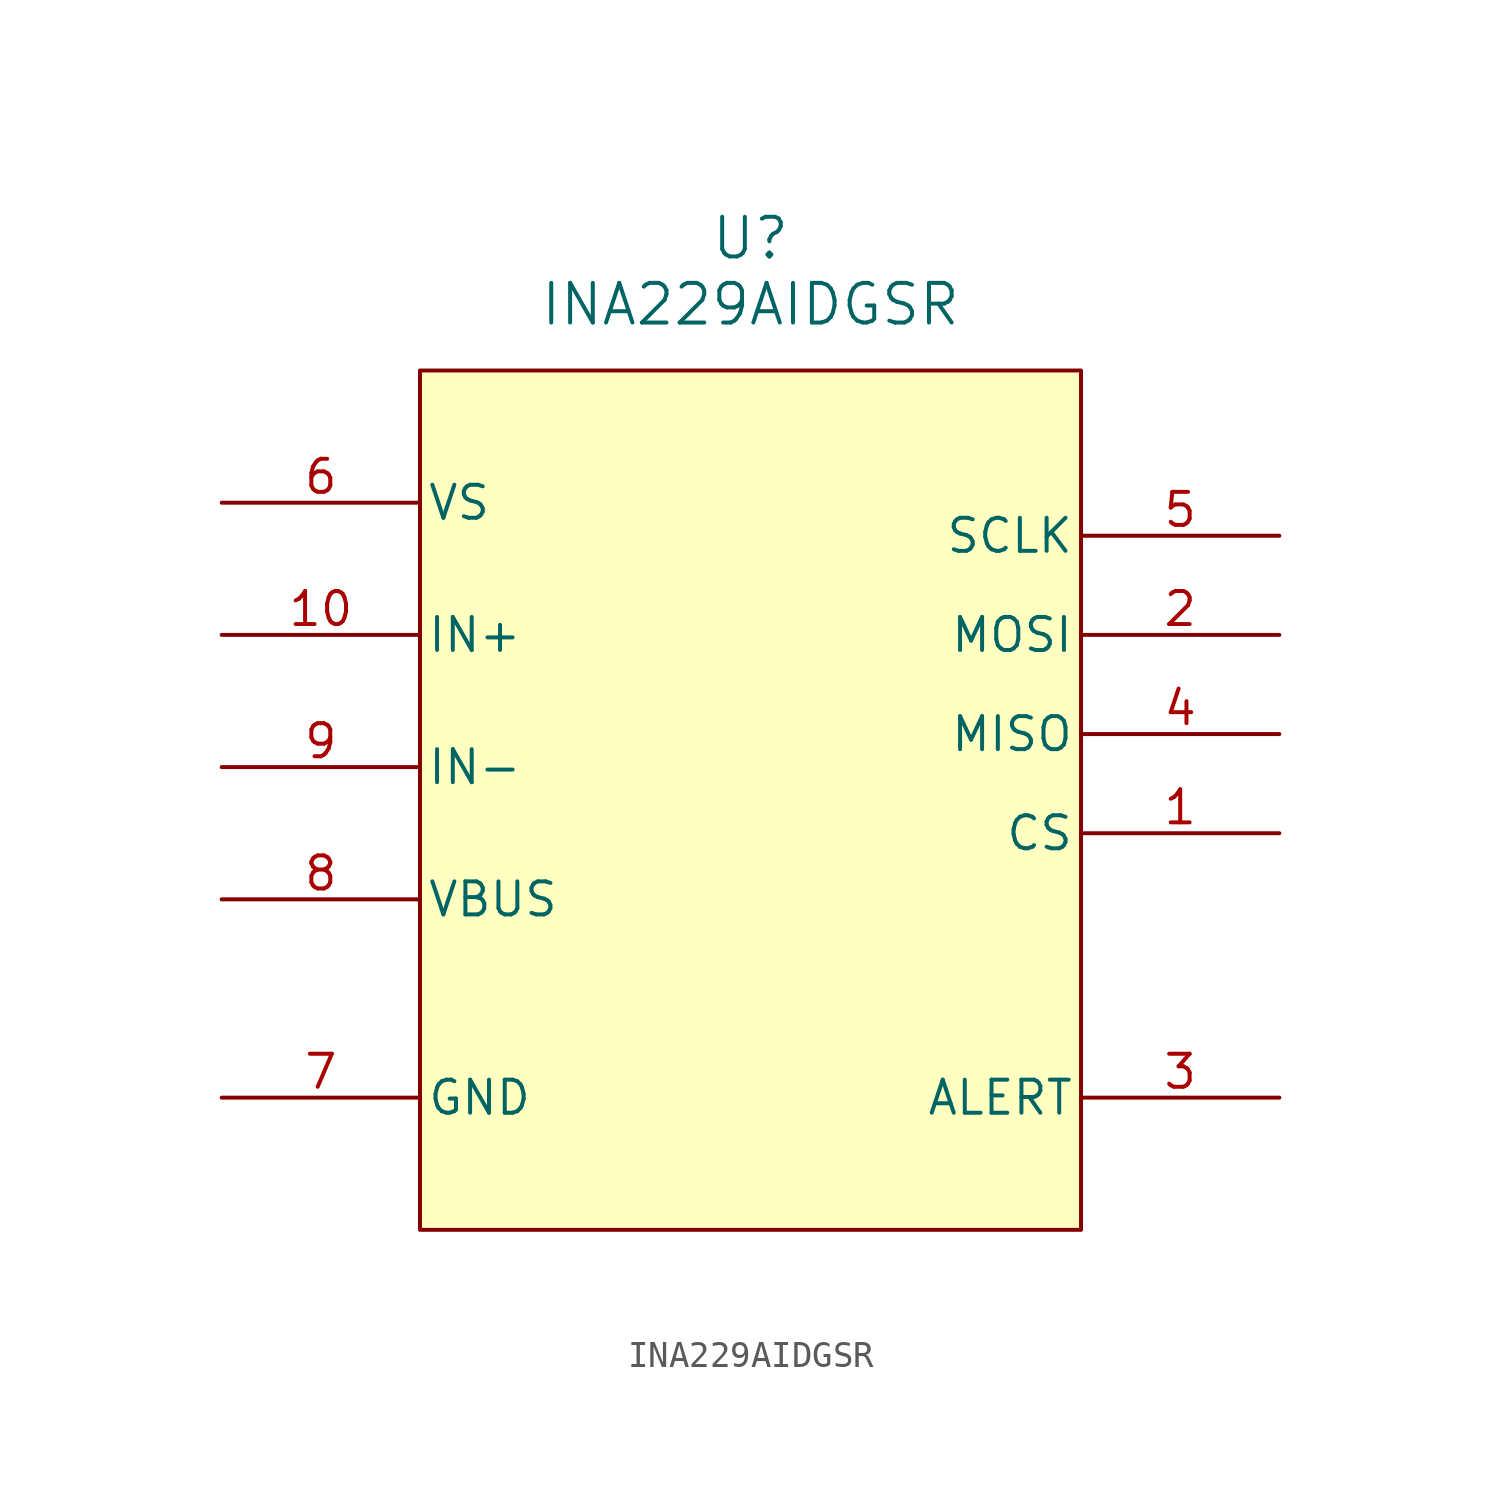
<source format=kicad_sym>
(kicad_symbol_lib
  (version 20231120)
  (generator "kicad_symbol_editor")
  (generator_version "8.0")
  (symbol "INA229AIDGSR"
    (pin_names
      (offset 0.254))
    (property "Reference" "U"
      (at 0 21.59 0)
      (effects (font (size 1.524 1.524))))
    (property "Value" "INA229AIDGSR"
      (at 0 19.05 0)
      (effects (font (size 1.524 1.524))))
    (property "ki_locked" ""
      (at 0 0 0)
      (effects (font (size 1.27 1.27))))
    (symbol "INA229AIDGSR_0_1"
      (rectangle (start -12.7 16.51) (end 12.7 -16.51) (stroke (width 0) (type default)) (fill (type background)))
      (pin input line (at 20.32 -1.27 180) (length 7.62) (name "CS" (effects (font (size 1.27 1.27)))) (number "1" (effects (font (size 1.27 1.27)))))
      (pin input line (at -20.32 6.35 0) (length 7.62) (name "IN+" (effects (font (size 1.27 1.27)))) (number "10" (effects (font (size 1.27 1.27)))))
      (pin input line (at 20.32 6.35 180) (length 7.62) (name "MOSI" (effects (font (size 1.27 1.27)))) (number "2" (effects (font (size 1.27 1.27)))))
      (pin output line (at 20.32 -11.43 180) (length 7.62) (name "ALERT" (effects (font (size 1.27 1.27)))) (number "3" (effects (font (size 1.27 1.27)))))
      (pin output line (at 20.32 2.54 180) (length 7.62) (name "MISO" (effects (font (size 1.27 1.27)))) (number "4" (effects (font (size 1.27 1.27)))))
      (pin input line (at 20.32 10.16 180) (length 7.62) (name "SCLK" (effects (font (size 1.27 1.27)))) (number "5" (effects (font (size 1.27 1.27)))))
      (pin power_in line (at -20.32 11.43 0) (length 7.62) (name "VS" (effects (font (size 1.27 1.27)))) (number "6" (effects (font (size 1.27 1.27)))))
      (pin power_out line (at -20.32 -11.43 0) (length 7.62) (name "GND" (effects (font (size 1.27 1.27)))) (number "7" (effects (font (size 1.27 1.27)))))
      (pin input line (at -20.32 -3.81 0) (length 7.62) (name "VBUS" (effects (font (size 1.27 1.27)))) (number "8" (effects (font (size 1.27 1.27)))))
      (pin input line (at -20.32 1.27 0) (length 7.62) (name "IN-" (effects (font (size 1.27 1.27)))) (number "9" (effects (font (size 1.27 1.27))))))))
</source>
